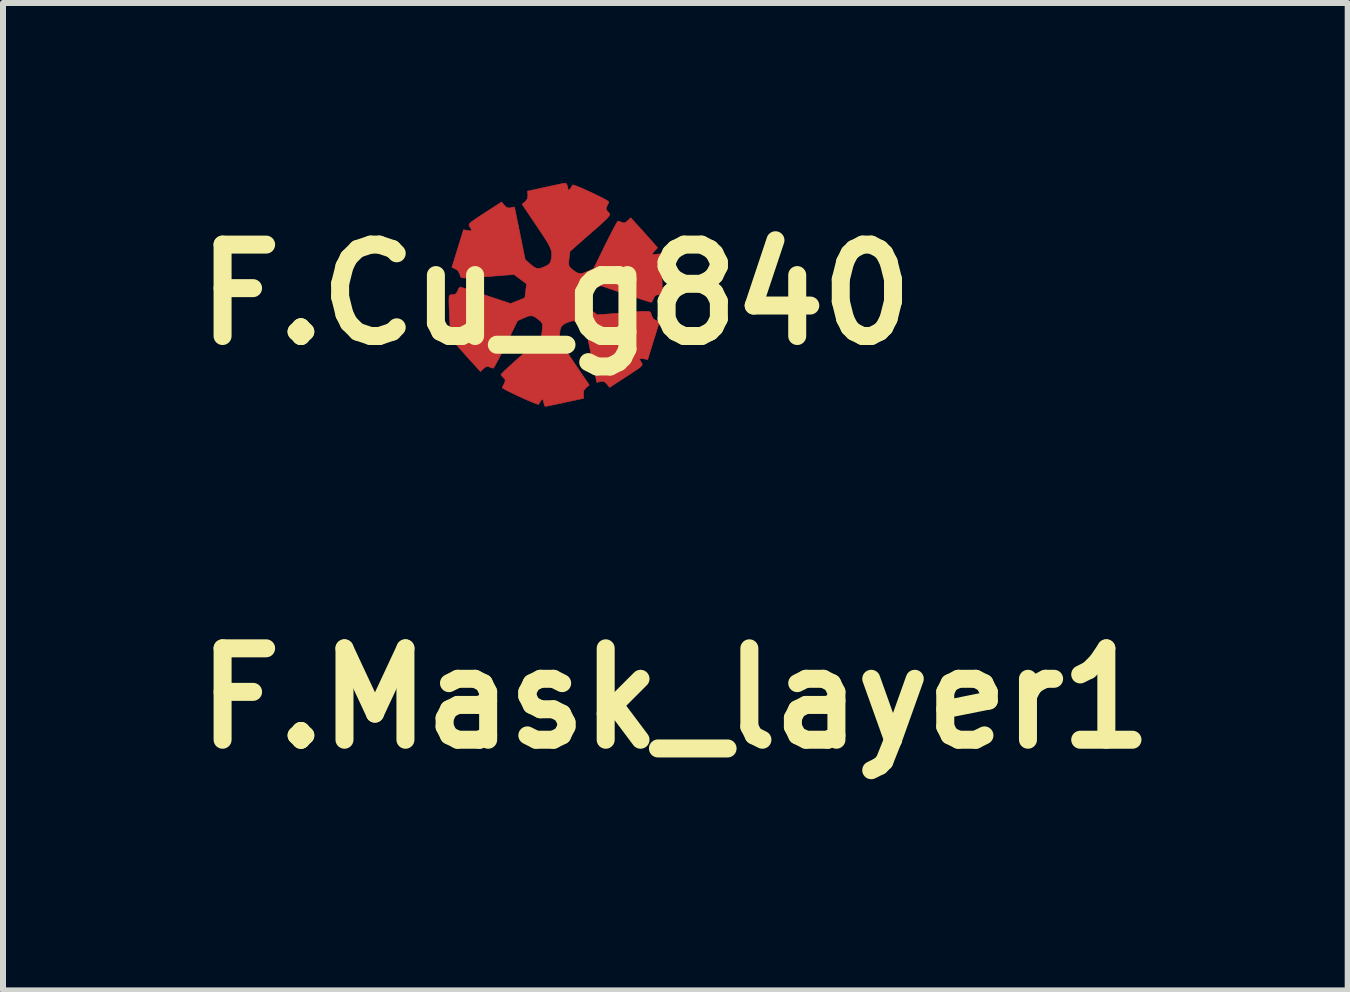
<source format=kicad_pcb>
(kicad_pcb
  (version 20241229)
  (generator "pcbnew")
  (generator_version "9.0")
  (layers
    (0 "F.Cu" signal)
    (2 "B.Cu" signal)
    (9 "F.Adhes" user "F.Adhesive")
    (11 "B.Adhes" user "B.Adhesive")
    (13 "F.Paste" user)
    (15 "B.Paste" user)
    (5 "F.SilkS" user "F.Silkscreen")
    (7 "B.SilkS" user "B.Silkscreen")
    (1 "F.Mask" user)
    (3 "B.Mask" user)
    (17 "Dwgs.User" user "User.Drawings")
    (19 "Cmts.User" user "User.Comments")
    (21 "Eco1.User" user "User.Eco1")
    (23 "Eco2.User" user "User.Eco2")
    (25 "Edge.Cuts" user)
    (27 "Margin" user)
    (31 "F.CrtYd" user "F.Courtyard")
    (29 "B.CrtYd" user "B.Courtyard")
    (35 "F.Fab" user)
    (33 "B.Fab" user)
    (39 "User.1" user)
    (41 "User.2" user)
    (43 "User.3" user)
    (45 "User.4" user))
  (footprint "F.Cu_g840"
    (layer "F.Cu")
    (at 6.212 1.862)
    (property "Reference" "F.Cu_g840" (at 0 0 0) (layer "F.SilkS") (effects (font (size 1.524 1.524) (thickness 0.3))))
    (attr through_hole)
    (fp_poly (pts (xy 0.172 -1.856) (xy 0.191 -1.827) (xy 0.199 -1.796) (xy 0.21 -1.75) (xy 0.222 -1.741) (xy 0.242 -1.763) (xy 0.244 -1.765) (xy 0.271 -1.806) (xy 0.282 -1.829) (xy 0.302 -1.826) (xy 0.352 -1.809) (xy 0.424 -1.779) (xy 0.51 -1.741) (xy 0.602 -1.699) (xy 0.693 -1.655) (xy 0.775 -1.614) (xy 0.84 -1.58) (xy 0.879 -1.555) (xy 0.888 -1.546) (xy 0.878 -1.521) (xy 0.858 -1.482) (xy 0.841 -1.44) (xy 0.85 -1.408) (xy 0.872 -1.382) (xy 0.889 -1.364) (xy 0.899 -1.347) (xy 0.9 -1.329) (xy 0.887 -1.305) (xy 0.858 -1.272) (xy 0.809 -1.224) (xy 0.738 -1.159) (xy 0.64 -1.073) (xy 0.549 -0.994) (xy 0.239 -0.722) (xy 0.224 -0.599) (xy 0.218 -0.529) (xy 0.221 -0.486) (xy 0.239 -0.455) (xy 0.276 -0.422) (xy 0.28 -0.419) (xy 0.344 -0.37) (xy 0.397 -0.351) (xy 0.454 -0.357) (xy 0.526 -0.386) (xy 0.634 -0.434) (xy 0.826 -0.826) (xy 0.885 -0.944) (xy 0.938 -1.048) (xy 0.983 -1.133) (xy 1.016 -1.193) (xy 1.035 -1.222) (xy 1.037 -1.224) (xy 1.069 -1.22) (xy 1.101 -1.206) (xy 1.139 -1.194) (xy 1.173 -1.208) (xy 1.2 -1.231) (xy 1.253 -1.281) (xy 1.378 -1.143) (xy 1.452 -1.062) (xy 1.529 -0.976) (xy 1.595 -0.901) (xy 1.602 -0.894) (xy 1.7 -0.782) (xy 1.654 -0.734) (xy 1.618 -0.692) (xy 1.616 -0.672) (xy 1.649 -0.67) (xy 1.679 -0.673) (xy 1.75 -0.681) (xy 1.764 -0.441) (xy 1.77 -0.333) (xy 1.774 -0.229) (xy 1.777 -0.143) (xy 1.778 -0.101) (xy 1.776 -0.04) (xy 1.767 -0.01) (xy 1.743 -0.001) (xy 1.717 0) (xy 1.669 0.009) (xy 1.641 0.044) (xy 1.633 0.064) (xy 1.612 0.107) (xy 1.593 0.127) (xy 1.592 0.127) (xy 1.567 0.121) (xy 1.509 0.102) (xy 1.423 0.075) (xy 1.315 0.039) (xy 1.193 -0.001) (xy 1.164 -0.011) (xy 0.754 -0.15) (xy 0.636 -0.103) (xy 0.573 -0.078) (xy 0.529 -0.06) (xy 0.515 -0.055) (xy 0.511 -0.035) (xy 0.504 0.015) (xy 0.498 0.064) (xy 0.484 0.18) (xy 0.59 0.259) (xy 0.696 0.337) (xy 1.083 0.307) (xy 1.241 0.294) (xy 1.361 0.285) (xy 1.449 0.28) (xy 1.511 0.278) (xy 1.551 0.281) (xy 1.574 0.288) (xy 1.586 0.3) (xy 1.591 0.318) (xy 1.595 0.338) (xy 1.626 0.4) (xy 1.668 0.428) (xy 1.729 0.455) (xy 1.632 0.768) (xy 1.535 1.081) (xy 1.466 1.069) (xy 1.415 1.063) (xy 1.4 1.074) (xy 1.416 1.11) (xy 1.43 1.131) (xy 1.441 1.15) (xy 1.443 1.167) (xy 1.432 1.187) (xy 1.403 1.214) (xy 1.351 1.251) (xy 1.272 1.304) (xy 1.181 1.363) (xy 0.9 1.546) (xy 0.855 1.49) (xy 0.814 1.452) (xy 0.771 1.444) (xy 0.748 1.448) (xy 0.687 1.462) (xy 0.597 1.022) (xy 0.567 0.874) (xy 0.543 0.762) (xy 0.523 0.68) (xy 0.506 0.623) (xy 0.49 0.583) (xy 0.473 0.556) (xy 0.453 0.536) (xy 0.45 0.533) (xy 0.382 0.477) (xy 0.335 0.446) (xy 0.295 0.435) (xy 0.253 0.443) (xy 0.199 0.462) (xy 0.133 0.494) (xy 0.094 0.532) (xy 0.074 0.588) (xy 0.066 0.673) (xy 0.065 0.688) (xy 0.067 0.72) (xy 0.075 0.755) (xy 0.094 0.798) (xy 0.125 0.854) (xy 0.172 0.93) (xy 0.238 1.029) (xy 0.312 1.14) (xy 0.561 1.507) (xy 0.509 1.549) (xy 0.469 1.596) (xy 0.462 1.658) (xy 0.462 1.659) (xy 0.468 1.728) (xy 0.154 1.795) (xy 0.044 1.819) (xy -0.051 1.839) (xy -0.123 1.853) (xy -0.165 1.862) (xy -0.173 1.863) (xy -0.185 1.844) (xy -0.198 1.8) (xy -0.199 1.794) (xy -0.211 1.749) (xy -0.222 1.741) (xy -0.243 1.765) (xy -0.244 1.765) (xy -0.271 1.806) (xy -0.282 1.829) (xy -0.302 1.826) (xy -0.351 1.808) (xy -0.423 1.778) (xy -0.51 1.741) (xy -0.602 1.699) (xy -0.694 1.656) (xy -0.776 1.616) (xy -0.841 1.582) (xy -0.88 1.559) (xy -0.889 1.55) (xy -0.88 1.528) (xy -0.859 1.486) (xy -0.858 1.483) (xy -0.839 1.439) (xy -0.845 1.41) (xy -0.869 1.386) (xy -0.9 1.352) (xy -0.91 1.331) (xy -0.895 1.313) (xy -0.853 1.271) (xy -0.788 1.21) (xy -0.705 1.134) (xy -0.609 1.048) (xy -0.574 1.017) (xy -0.239 0.72) (xy -0.224 0.598) (xy -0.218 0.529) (xy -0.221 0.486) (xy -0.239 0.455) (xy -0.277 0.421) (xy -0.28 0.419) (xy -0.344 0.37) (xy -0.397 0.351) (xy -0.454 0.357) (xy -0.526 0.386) (xy -0.634 0.434) (xy -0.826 0.826) (xy -0.885 0.944) (xy -0.938 1.048) (xy -0.983 1.133) (xy -1.016 1.193) (xy -1.035 1.222) (xy -1.037 1.224) (xy -1.069 1.22) (xy -1.101 1.206) (xy -1.139 1.194) (xy -1.173 1.208) (xy -1.2 1.231) (xy -1.253 1.281) (xy -1.378 1.143) (xy -1.452 1.062) (xy -1.529 0.976) (xy -1.595 0.901) (xy -1.602 0.894) (xy -1.7 0.782) (xy -1.654 0.734) (xy -1.618 0.692) (xy -1.616 0.672) (xy -1.649 0.67) (xy -1.679 0.673) (xy -1.75 0.681) (xy -1.764 0.441) (xy -1.77 0.333) (xy -1.774 0.229) (xy -1.777 0.143) (xy -1.778 0.101) (xy -1.776 0.04) (xy -1.767 0.01) (xy -1.743 0.001) (xy -1.717 0) (xy -1.669 -0.009) (xy -1.641 -0.044) (xy -1.633 -0.064) (xy -1.613 -0.107) (xy -1.594 -0.127) (xy -1.593 -0.127) (xy -1.569 -0.121) (xy -1.51 -0.103) (xy -1.424 -0.075) (xy -1.317 -0.04) (xy -1.195 0.000423) (xy -1.164 0.011) (xy -0.751 0.149) (xy -0.635 0.103) (xy -0.573 0.078) (xy -0.529 0.06) (xy -0.515 0.055) (xy -0.511 0.035) (xy -0.504 -0.015) (xy -0.498 -0.064) (xy -0.484 -0.18) (xy -0.589 -0.258) (xy -0.694 -0.336) (xy -1.082 -0.306) (xy -1.24 -0.294) (xy -1.36 -0.285) (xy -1.449 -0.28) (xy -1.511 -0.278) (xy -1.551 -0.281) (xy -1.574 -0.288) (xy -1.586 -0.3) (xy -1.591 -0.317) (xy -1.595 -0.338) (xy -1.626 -0.4) (xy -1.668 -0.428) (xy -1.729 -0.455) (xy -1.632 -0.768) (xy -1.535 -1.082) (xy -1.466 -1.069) (xy -1.415 -1.063) (xy -1.4 -1.074) (xy -1.416 -1.11) (xy -1.429 -1.131) (xy -1.441 -1.15) (xy -1.443 -1.167) (xy -1.432 -1.187) (xy -1.402 -1.214) (xy -1.35 -1.251) (xy -1.271 -1.304) (xy -1.181 -1.363) (xy -0.9 -1.545) (xy -0.855 -1.49) (xy -0.814 -1.452) (xy -0.771 -1.445) (xy -0.748 -1.448) (xy -0.686 -1.462) (xy -0.596 -1.022) (xy -0.507 -0.582) (xy -0.428 -0.514) (xy -0.363 -0.462) (xy -0.312 -0.437) (xy -0.262 -0.438) (xy -0.198 -0.46) (xy -0.186 -0.465) (xy -0.123 -0.498) (xy -0.09 -0.534) (xy -0.077 -0.574) (xy -0.067 -0.63) (xy -0.064 -0.679) (xy -0.07 -0.727) (xy -0.088 -0.78) (xy -0.12 -0.845) (xy -0.169 -0.926) (xy -0.238 -1.031) (xy -0.311 -1.14) (xy -0.559 -1.508) (xy -0.508 -1.55) (xy -0.469 -1.598) (xy -0.462 -1.658) (xy -0.468 -1.725) (xy -0.186 -1.787) (xy -0.079 -1.81) (xy 0.017 -1.831) (xy 0.091 -1.847) (xy 0.135 -1.856) (xy 0.14 -1.857) (xy 0.172 -1.856)) (stroke (width 0.01) (type solid)) (fill yes) (layer "F.Cu")))
  (footprint "F.Mask_layer1"
    (layer "F.Cu")
    (at 8.208 8.592)
    (property "Reference" "F.Mask_layer1" (at 0 0 0) (layer "F.SilkS") (effects (font (size 1.524 1.524) (thickness 0.3))))
    (attr through_hole)
    (fp_poly (pts (xy 0.172 -1.856) (xy 0.191 -1.827) (xy 0.199 -1.796) (xy 0.21 -1.75) (xy 0.222 -1.741) (xy 0.242 -1.763) (xy 0.244 -1.765) (xy 0.271 -1.806) (xy 0.282 -1.829) (xy 0.302 -1.826) (xy 0.352 -1.809) (xy 0.424 -1.779) (xy 0.51 -1.741) (xy 0.602 -1.699) (xy 0.693 -1.655) (xy 0.775 -1.614) (xy 0.84 -1.58) (xy 0.879 -1.555) (xy 0.888 -1.546) (xy 0.878 -1.521) (xy 0.858 -1.482) (xy 0.841 -1.44) (xy 0.85 -1.408) (xy 0.872 -1.382) (xy 0.889 -1.364) (xy 0.899 -1.347) (xy 0.9 -1.329) (xy 0.887 -1.305) (xy 0.858 -1.272) (xy 0.809 -1.224) (xy 0.738 -1.159) (xy 0.64 -1.073) (xy 0.549 -0.994) (xy 0.239 -0.722) (xy 0.224 -0.599) (xy 0.218 -0.529) (xy 0.221 -0.486) (xy 0.239 -0.455) (xy 0.276 -0.422) (xy 0.28 -0.419) (xy 0.344 -0.37) (xy 0.397 -0.351) (xy 0.454 -0.357) (xy 0.526 -0.386) (xy 0.634 -0.434) (xy 0.826 -0.826) (xy 0.885 -0.944) (xy 0.938 -1.048) (xy 0.983 -1.133) (xy 1.016 -1.193) (xy 1.035 -1.222) (xy 1.037 -1.224) (xy 1.069 -1.22) (xy 1.101 -1.206) (xy 1.139 -1.194) (xy 1.173 -1.208) (xy 1.2 -1.231) (xy 1.253 -1.281) (xy 1.378 -1.143) (xy 1.452 -1.062) (xy 1.529 -0.976) (xy 1.595 -0.901) (xy 1.602 -0.894) (xy 1.7 -0.782) (xy 1.654 -0.734) (xy 1.618 -0.692) (xy 1.616 -0.672) (xy 1.649 -0.67) (xy 1.679 -0.673) (xy 1.75 -0.681) (xy 1.764 -0.441) (xy 1.77 -0.333) (xy 1.774 -0.229) (xy 1.777 -0.143) (xy 1.778 -0.101) (xy 1.776 -0.04) (xy 1.767 -0.01) (xy 1.743 -0.001) (xy 1.717 0) (xy 1.669 0.009) (xy 1.641 0.044) (xy 1.633 0.064) (xy 1.612 0.107) (xy 1.593 0.127) (xy 1.592 0.127) (xy 1.567 0.121) (xy 1.509 0.102) (xy 1.423 0.075) (xy 1.315 0.039) (xy 1.193 -0.001) (xy 1.164 -0.011) (xy 0.754 -0.15) (xy 0.636 -0.103) (xy 0.573 -0.078) (xy 0.529 -0.06) (xy 0.515 -0.055) (xy 0.511 -0.035) (xy 0.504 0.015) (xy 0.498 0.064) (xy 0.484 0.18) (xy 0.59 0.259) (xy 0.696 0.337) (xy 1.083 0.307) (xy 1.241 0.294) (xy 1.361 0.285) (xy 1.449 0.28) (xy 1.511 0.278) (xy 1.551 0.281) (xy 1.574 0.288) (xy 1.586 0.3) (xy 1.591 0.318) (xy 1.595 0.338) (xy 1.626 0.4) (xy 1.668 0.428) (xy 1.729 0.455) (xy 1.632 0.768) (xy 1.535 1.081) (xy 1.466 1.069) (xy 1.415 1.063) (xy 1.4 1.074) (xy 1.416 1.11) (xy 1.43 1.131) (xy 1.441 1.15) (xy 1.443 1.167) (xy 1.432 1.187) (xy 1.403 1.214) (xy 1.351 1.251) (xy 1.272 1.304) (xy 1.181 1.363) (xy 0.9 1.546) (xy 0.855 1.49) (xy 0.814 1.452) (xy 0.771 1.444) (xy 0.748 1.448) (xy 0.687 1.462) (xy 0.597 1.022) (xy 0.567 0.874) (xy 0.543 0.762) (xy 0.523 0.68) (xy 0.506 0.623) (xy 0.49 0.583) (xy 0.473 0.556) (xy 0.453 0.536) (xy 0.45 0.533) (xy 0.382 0.477) (xy 0.335 0.446) (xy 0.295 0.435) (xy 0.253 0.443) (xy 0.199 0.462) (xy 0.133 0.494) (xy 0.094 0.532) (xy 0.074 0.588) (xy 0.066 0.673) (xy 0.065 0.688) (xy 0.067 0.72) (xy 0.075 0.755) (xy 0.094 0.798) (xy 0.125 0.854) (xy 0.172 0.93) (xy 0.238 1.029) (xy 0.312 1.14) (xy 0.561 1.507) (xy 0.509 1.549) (xy 0.469 1.596) (xy 0.462 1.658) (xy 0.462 1.659) (xy 0.468 1.728) (xy 0.154 1.795) (xy 0.044 1.819) (xy -0.051 1.839) (xy -0.123 1.853) (xy -0.165 1.862) (xy -0.173 1.863) (xy -0.185 1.844) (xy -0.198 1.8) (xy -0.199 1.794) (xy -0.211 1.749) (xy -0.222 1.741) (xy -0.243 1.765) (xy -0.244 1.765) (xy -0.271 1.806) (xy -0.282 1.829) (xy -0.302 1.826) (xy -0.351 1.808) (xy -0.423 1.778) (xy -0.51 1.741) (xy -0.602 1.699) (xy -0.694 1.656) (xy -0.776 1.616) (xy -0.841 1.582) (xy -0.88 1.559) (xy -0.889 1.55) (xy -0.88 1.528) (xy -0.859 1.486) (xy -0.858 1.483) (xy -0.839 1.439) (xy -0.845 1.41) (xy -0.869 1.386) (xy -0.9 1.352) (xy -0.91 1.331) (xy -0.895 1.313) (xy -0.853 1.271) (xy -0.788 1.21) (xy -0.705 1.134) (xy -0.609 1.048) (xy -0.574 1.017) (xy -0.239 0.72) (xy -0.224 0.598) (xy -0.218 0.529) (xy -0.221 0.486) (xy -0.239 0.455) (xy -0.277 0.421) (xy -0.28 0.419) (xy -0.344 0.37) (xy -0.397 0.351) (xy -0.454 0.357) (xy -0.526 0.386) (xy -0.634 0.434) (xy -0.826 0.826) (xy -0.885 0.944) (xy -0.938 1.048) (xy -0.983 1.133) (xy -1.016 1.193) (xy -1.035 1.222) (xy -1.037 1.224) (xy -1.069 1.22) (xy -1.101 1.206) (xy -1.139 1.194) (xy -1.173 1.208) (xy -1.2 1.231) (xy -1.253 1.281) (xy -1.378 1.143) (xy -1.452 1.062) (xy -1.529 0.976) (xy -1.595 0.901) (xy -1.602 0.894) (xy -1.7 0.782) (xy -1.654 0.734) (xy -1.618 0.692) (xy -1.616 0.672) (xy -1.649 0.67) (xy -1.679 0.673) (xy -1.75 0.681) (xy -1.764 0.441) (xy -1.77 0.333) (xy -1.774 0.229) (xy -1.777 0.143) (xy -1.778 0.101) (xy -1.776 0.04) (xy -1.767 0.01) (xy -1.743 0.001) (xy -1.717 0) (xy -1.669 -0.009) (xy -1.641 -0.044) (xy -1.633 -0.064) (xy -1.613 -0.107) (xy -1.594 -0.127) (xy -1.593 -0.127) (xy -1.569 -0.121) (xy -1.51 -0.103) (xy -1.424 -0.075) (xy -1.317 -0.04) (xy -1.195 0.000423) (xy -1.164 0.011) (xy -0.751 0.149) (xy -0.635 0.103) (xy -0.573 0.078) (xy -0.529 0.06) (xy -0.515 0.055) (xy -0.511 0.035) (xy -0.504 -0.015) (xy -0.498 -0.064) (xy -0.484 -0.18) (xy -0.589 -0.258) (xy -0.694 -0.336) (xy -1.082 -0.306) (xy -1.24 -0.294) (xy -1.36 -0.285) (xy -1.449 -0.28) (xy -1.511 -0.278) (xy -1.551 -0.281) (xy -1.574 -0.288) (xy -1.586 -0.3) (xy -1.591 -0.317) (xy -1.595 -0.338) (xy -1.626 -0.4) (xy -1.668 -0.428) (xy -1.729 -0.455) (xy -1.632 -0.768) (xy -1.535 -1.082) (xy -1.466 -1.069) (xy -1.415 -1.063) (xy -1.4 -1.074) (xy -1.416 -1.11) (xy -1.429 -1.131) (xy -1.441 -1.15) (xy -1.443 -1.167) (xy -1.432 -1.187) (xy -1.402 -1.214) (xy -1.35 -1.251) (xy -1.271 -1.304) (xy -1.181 -1.363) (xy -0.9 -1.545) (xy -0.855 -1.49) (xy -0.814 -1.452) (xy -0.771 -1.445) (xy -0.748 -1.448) (xy -0.686 -1.462) (xy -0.596 -1.022) (xy -0.507 -0.582) (xy -0.428 -0.514) (xy -0.363 -0.462) (xy -0.312 -0.437) (xy -0.262 -0.438) (xy -0.198 -0.46) (xy -0.186 -0.465) (xy -0.123 -0.498) (xy -0.09 -0.534) (xy -0.077 -0.574) (xy -0.067 -0.63) (xy -0.064 -0.679) (xy -0.07 -0.727) (xy -0.088 -0.78) (xy -0.12 -0.845) (xy -0.169 -0.926) (xy -0.238 -1.031) (xy -0.311 -1.14) (xy -0.559 -1.508) (xy -0.508 -1.55) (xy -0.469 -1.598) (xy -0.462 -1.658) (xy -0.468 -1.725) (xy -0.186 -1.787) (xy -0.079 -1.81) (xy 0.017 -1.831) (xy 0.091 -1.847) (xy 0.135 -1.856) (xy 0.14 -1.857) (xy 0.172 -1.856)) (stroke (width 0.01) (type solid)) (fill yes) (layer "F.Mask")))
  (gr_rect
    (start -3 -3)
    (end 19.416 13.46)
    (stroke (width 0.1) (type default))
    (fill no)
    (layer "Edge.Cuts")))
</source>
